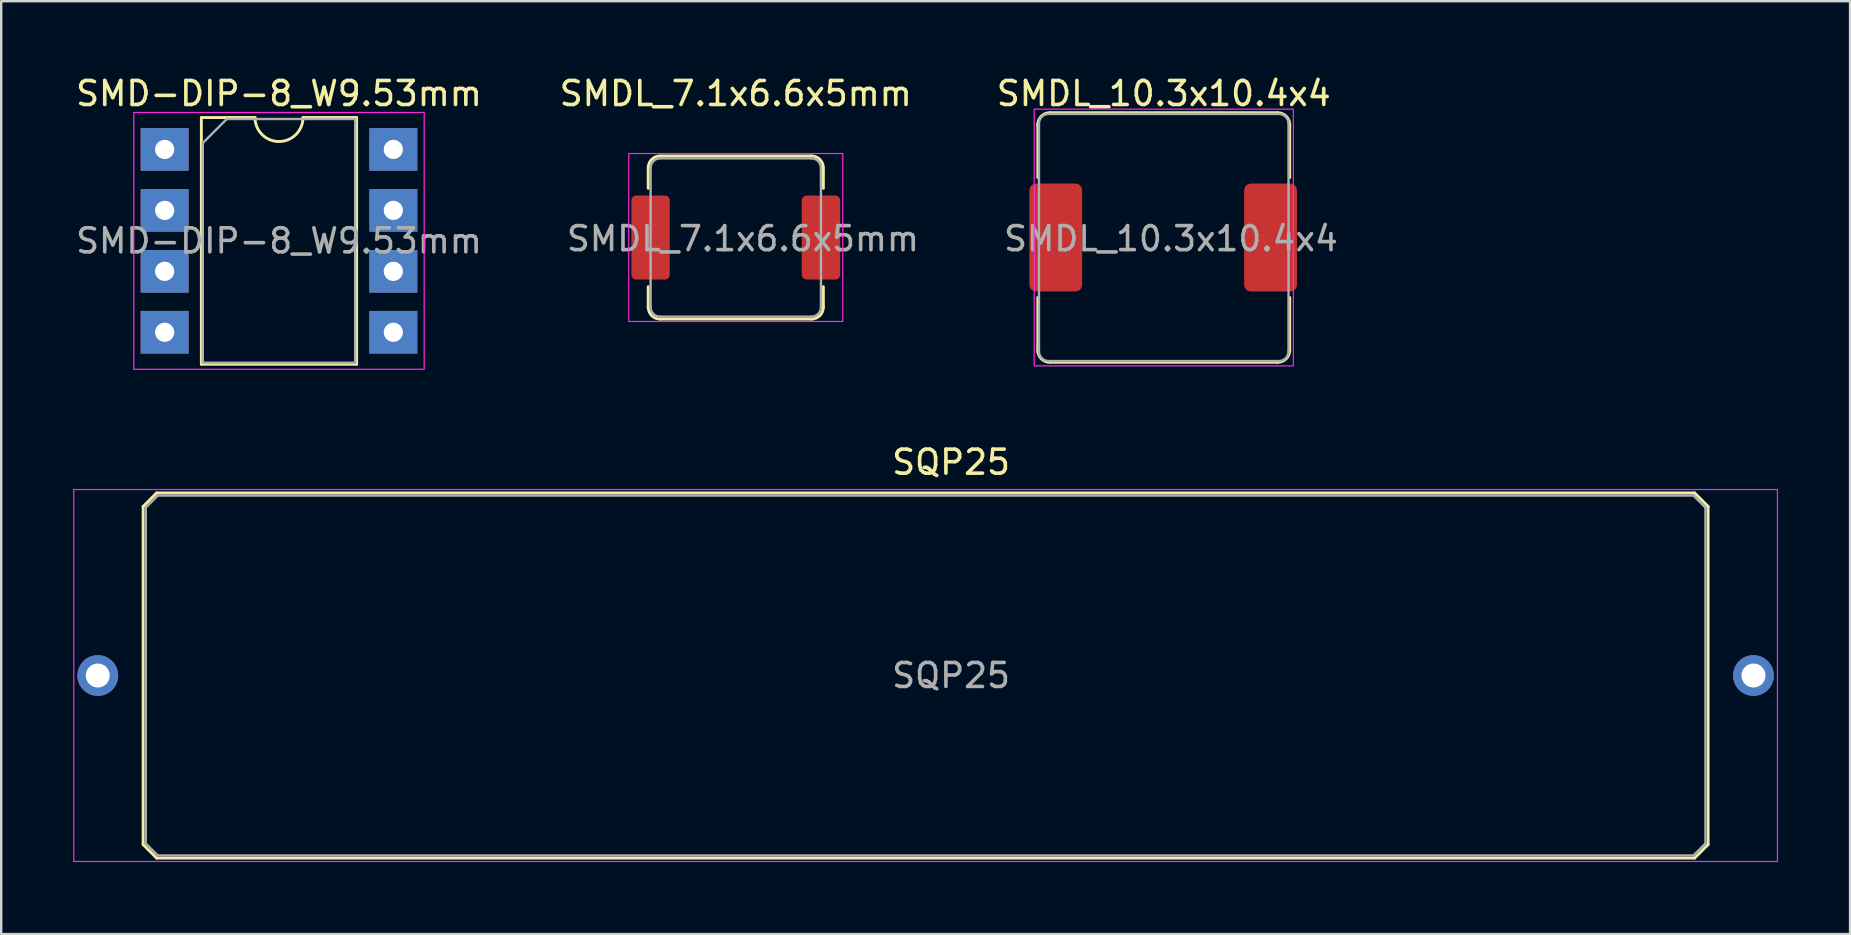
<source format=kicad_pcb>
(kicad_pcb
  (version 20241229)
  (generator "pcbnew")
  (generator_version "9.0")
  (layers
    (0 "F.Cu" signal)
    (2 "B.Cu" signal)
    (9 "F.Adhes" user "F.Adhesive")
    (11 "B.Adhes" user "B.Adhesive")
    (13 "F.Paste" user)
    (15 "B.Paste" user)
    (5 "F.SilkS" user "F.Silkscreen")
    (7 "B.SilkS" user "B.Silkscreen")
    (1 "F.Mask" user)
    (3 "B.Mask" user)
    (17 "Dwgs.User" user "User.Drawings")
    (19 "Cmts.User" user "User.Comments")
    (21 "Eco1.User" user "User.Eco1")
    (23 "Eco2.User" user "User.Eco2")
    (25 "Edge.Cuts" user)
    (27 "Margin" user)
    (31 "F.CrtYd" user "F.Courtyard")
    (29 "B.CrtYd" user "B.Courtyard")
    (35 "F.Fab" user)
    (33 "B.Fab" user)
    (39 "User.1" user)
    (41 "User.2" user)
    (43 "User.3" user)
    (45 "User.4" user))
  (footprint "SQP25"
    (layer "F.Cu")
    (at 1.025 25.102)
    (property "Reference" "SQP25" (at 35.56 -8.89 0) (unlocked yes) (layer "F.SilkS") (effects (font (size 1 1) (thickness 0.15))))
    (attr through_hole)
    (fp_line (start 1.89 -7.046) (end 1.89 7.046) (stroke (width 0.12) (type solid)) (layer "F.SilkS"))
    (fp_line (start 1.89 -7.046) (end 2.454 -7.61) (stroke (width 0.12) (type solid)) (layer "F.SilkS"))
    (fp_line (start 1.89 7.046) (end 2.454 7.61) (stroke (width 0.12) (type solid)) (layer "F.SilkS"))
    (fp_line (start 2.454 -7.61) (end 66.546 -7.61) (stroke (width 0.12) (type solid)) (layer "F.SilkS"))
    (fp_line (start 2.454 7.61) (end 66.546 7.61) (stroke (width 0.12) (type solid)) (layer "F.SilkS"))
    (fp_line (start 66.546 -7.61) (end 67.11 -7.046) (stroke (width 0.12) (type solid)) (layer "F.SilkS"))
    (fp_line (start 66.546 7.61) (end 67.11 7.046) (stroke (width 0.12) (type solid)) (layer "F.SilkS"))
    (fp_line (start 67.11 -7.046) (end 67.11 7.046) (stroke (width 0.12) (type solid)) (layer "F.SilkS"))
    (fp_line (start -1 -7.75) (end -1 7.75) (stroke (width 0.05) (type solid)) (layer "F.CrtYd"))
    (fp_line (start -1 -7.75) (end 70 -7.75) (stroke (width 0.05) (type solid)) (layer "F.CrtYd"))
    (fp_line (start -1 7.75) (end 70 7.75) (stroke (width 0.05) (type solid)) (layer "F.CrtYd"))
    (fp_line (start 70 -7.75) (end 70 7.75) (stroke (width 0.05) (type solid)) (layer "F.CrtYd"))
    (fp_line (start 2 -7) (end 2 7) (stroke (width 0.1) (type solid)) (layer "F.Fab"))
    (fp_line (start 2 -7) (end 2.5 -7.5) (stroke (width 0.1) (type solid)) (layer "F.Fab"))
    (fp_line (start 2 7) (end 2.5 7.5) (stroke (width 0.1) (type solid)) (layer "F.Fab"))
    (fp_line (start 2.5 -7.5) (end 66.5 -7.5) (stroke (width 0.1) (type solid)) (layer "F.Fab"))
    (fp_line (start 2.5 7.5) (end 66.5 7.5) (stroke (width 0.1) (type solid)) (layer "F.Fab"))
    (fp_line (start 66.5 -7.5) (end 67 -7) (stroke (width 0.1) (type solid)) (layer "F.Fab"))
    (fp_line (start 66.5 7.5) (end 67 7) (stroke (width 0.1) (type solid)) (layer "F.Fab"))
    (fp_line (start 67 -7) (end 67 7) (stroke (width 0.1) (type solid)) (layer "F.Fab"))
    (fp_text user "${REFERENCE}" (at 35.56 0 0) (unlocked yes) (layer "F.Fab") (effects (font (size 1 1) (thickness 0.15))))
    (pad "1" thru_hole circle (at 0 0) (size 1.7 1.7) (drill 1) (layers "*.Cu" "*.Mask"))
    (pad "2" thru_hole circle (at 69 0) (size 1.7 1.7) (drill 1) (layers "*.Cu" "*.Mask")))
  (footprint "SMD-DIP-8_W9.53mm"
    (layer "F.Cu")
    (at 8.577 6.988)
    (property "Reference" "SMD-DIP-8_W9.53mm" (at 0 -6.14 0) (layer "F.SilkS") (effects (font (size 1 1) (thickness 0.15))))
    (attr smd)
    (fp_line (start -3.235 -5.14) (end -3.235 5.14) (stroke (width 0.12) (type solid)) (layer "F.SilkS"))
    (fp_line (start -3.235 5.14) (end 3.235 5.14) (stroke (width 0.12) (type solid)) (layer "F.SilkS"))
    (fp_line (start -1 -5.14) (end -3.235 -5.14) (stroke (width 0.12) (type solid)) (layer "F.SilkS"))
    (fp_line (start 3.235 -5.14) (end 1 -5.14) (stroke (width 0.12) (type solid)) (layer "F.SilkS"))
    (fp_line (start 3.235 5.14) (end 3.235 -5.14) (stroke (width 0.12) (type solid)) (layer "F.SilkS"))
    (fp_arc (start 1 -5.14) (mid 0 -4.14) (end -1 -5.14) (stroke (width 0.12) (type solid)) (layer "F.SilkS"))
    (fp_line (start -6.05 -5.35) (end -6.05 5.35) (stroke (width 0.05) (type solid)) (layer "F.CrtYd"))
    (fp_line (start -6.05 5.35) (end 6.05 5.35) (stroke (width 0.05) (type solid)) (layer "F.CrtYd"))
    (fp_line (start 6.05 -5.35) (end -6.05 -5.35) (stroke (width 0.05) (type solid)) (layer "F.CrtYd"))
    (fp_line (start 6.05 5.35) (end 6.05 -5.35) (stroke (width 0.05) (type solid)) (layer "F.CrtYd"))
    (fp_line (start -3.175 -4.08) (end -2.175 -5.08) (stroke (width 0.1) (type solid)) (layer "F.Fab"))
    (fp_line (start -3.175 5.08) (end -3.175 -4.08) (stroke (width 0.1) (type solid)) (layer "F.Fab"))
    (fp_line (start -2.175 -5.08) (end 3.175 -5.08) (stroke (width 0.1) (type solid)) (layer "F.Fab"))
    (fp_line (start 3.175 -5.08) (end 3.175 5.08) (stroke (width 0.1) (type solid)) (layer "F.Fab"))
    (fp_line (start 3.175 5.08) (end -3.175 5.08) (stroke (width 0.1) (type solid)) (layer "F.Fab"))
    (fp_text user "${REFERENCE}" (at 0 0 0) (layer "F.Fab") (effects (font (size 1 1) (thickness 0.15))))
    (pad "1" thru_hole rect (at -4.765 -3.81) (size 2 1.78) (drill 0.8) (layers "*.Cu" "*.Mask"))
    (pad "2" thru_hole rect (at -4.765 -1.27) (size 2 1.78) (drill 0.8) (layers "*.Cu" "*.Mask"))
    (pad "3" thru_hole rect (at -4.765 1.27) (size 2 1.78) (drill 0.8) (layers "*.Cu" "*.Mask"))
    (pad "4" thru_hole rect (at -4.765 3.81) (size 2 1.78) (drill 0.8) (layers "*.Cu" "*.Mask"))
    (pad "5" thru_hole rect (at 4.765 3.81) (size 2 1.78) (drill 0.8) (layers "*.Cu" "*.Mask"))
    (pad "6" thru_hole rect (at 4.765 1.27) (size 2 1.78) (drill 0.8) (layers "*.Cu" "*.Mask"))
    (pad "7" thru_hole rect (at 4.765 -1.27) (size 2 1.78) (drill 0.8) (layers "*.Cu" "*.Mask"))
    (pad "8" thru_hole rect (at 4.765 -3.81) (size 2 1.78) (drill 0.8) (layers "*.Cu" "*.Mask")))
  (footprint "SMDL_10.3x10.4x4"
    (layer "F.Cu")
    (at 45.449 6.848)
    (property "Reference" "SMDL_10.3x10.4x4" (at 0 -6 0) (unlocked yes) (layer "F.SilkS") (effects (font (size 1 1) (thickness 0.15))))
    (attr smd)
    (fp_line (start -5.25 -4.7) (end -5.25 -2.5) (stroke (width 0.12) (type solid)) (layer "F.SilkS"))
    (fp_line (start -5.25 4.7) (end -5.25 2.5) (stroke (width 0.12) (type solid)) (layer "F.SilkS"))
    (fp_line (start -4.75 5.2) (end 4.75 5.2) (stroke (width 0.12) (type solid)) (layer "F.SilkS"))
    (fp_line (start 4.75 -5.2) (end -4.75 -5.2) (stroke (width 0.12) (type solid)) (layer "F.SilkS"))
    (fp_line (start 5.25 -4.7) (end 5.25 -2.5) (stroke (width 0.12) (type solid)) (layer "F.SilkS"))
    (fp_line (start 5.25 4.7) (end 5.25 2.5) (stroke (width 0.12) (type solid)) (layer "F.SilkS"))
    (fp_arc (start -5.25 -4.7) (mid -5.103553 -5.053553) (end -4.75 -5.2) (stroke (width 0.12) (type solid)) (layer "F.SilkS"))
    (fp_arc (start -4.75 5.2) (mid -5.103553 5.053553) (end -5.25 4.7) (stroke (width 0.12) (type solid)) (layer "F.SilkS"))
    (fp_arc (start 4.75 -5.2) (mid 5.103553 -5.053553) (end 5.25 -4.7) (stroke (width 0.12) (type solid)) (layer "F.SilkS"))
    (fp_arc (start 5.25 4.7) (mid 5.103553 5.053553) (end 4.75 5.2) (stroke (width 0.12) (type solid)) (layer "F.SilkS"))
    (fp_rect (start -5.4 -5.35) (end 5.4 5.35) (stroke (width 0.05) (type solid)) (fill no) (layer "F.CrtYd"))
    (fp_line (start -5.2 4.75) (end -5.2 -4.75) (stroke (width 0.1) (type solid)) (layer "F.Fab"))
    (fp_line (start 4.8 -5.15) (end -4.8 -5.15) (stroke (width 0.1) (type solid)) (layer "F.Fab"))
    (fp_line (start 4.85 5.15) (end -4.8 5.15) (stroke (width 0.1) (type solid)) (layer "F.Fab"))
    (fp_line (start 5.2 4.75) (end 5.2 -4.75) (stroke (width 0.1) (type solid)) (layer "F.Fab"))
    (fp_arc (start -5.2 -4.75) (mid -5.082843 -5.032843) (end -4.8 -5.15) (stroke (width 0.1) (type solid)) (layer "F.Fab"))
    (fp_arc (start -4.8 5.15) (mid -5.082843 5.032843) (end -5.2 4.75) (stroke (width 0.1) (type solid)) (layer "F.Fab"))
    (fp_arc (start 4.8 -5.15) (mid 5.082843 -5.032843) (end 5.2 -4.75) (stroke (width 0.1) (type solid)) (layer "F.Fab"))
    (fp_arc (start 5.2 4.75) (mid 5.082843 5.032843) (end 4.8 5.15) (stroke (width 0.1) (type solid)) (layer "F.Fab"))
    (fp_text user "${REFERENCE}" (at 0.3 0.05 0) (unlocked yes) (layer "F.Fab") (effects (font (size 1 1) (thickness 0.15))))
    (pad "1" smd roundrect (at -4.5 0) (size 2.2 4.5) (layers "F.Cu" "F.Mask" "F.Paste") (roundrect_rratio 0.125))
    (pad "2" smd roundrect (at 4.45 0) (size 2.2 4.5) (layers "F.Cu" "F.Mask" "F.Paste") (roundrect_rratio 0.125)))
  (footprint "SMDL_7.1x6.6x5mm"
    (layer "F.Cu")
    (at 27.613 6.848)
    (property "Reference" "SMDL_7.1x6.6x5mm" (at 0 -6 0) (unlocked yes) (layer "F.SilkS") (effects (font (size 1 1) (thickness 0.15))))
    (attr smd)
    (fp_line (start -3.65 -2.9) (end -3.65 -2.05) (stroke (width 0.12) (type solid)) (layer "F.SilkS"))
    (fp_line (start -3.65 2.9) (end -3.65 2.05) (stroke (width 0.12) (type solid)) (layer "F.SilkS"))
    (fp_line (start -3.15 3.4) (end 3.15 3.4) (stroke (width 0.12) (type solid)) (layer "F.SilkS"))
    (fp_line (start 3.15 -3.4) (end -3.15 -3.4) (stroke (width 0.12) (type solid)) (layer "F.SilkS"))
    (fp_line (start 3.65 -2.9) (end 3.65 -2.05) (stroke (width 0.12) (type solid)) (layer "F.SilkS"))
    (fp_line (start 3.65 2.9) (end 3.65 2.05) (stroke (width 0.12) (type solid)) (layer "F.SilkS"))
    (fp_arc (start -3.65 -2.9) (mid -3.503553 -3.253553) (end -3.15 -3.4) (stroke (width 0.12) (type solid)) (layer "F.SilkS"))
    (fp_arc (start -3.15 3.4) (mid -3.503553 3.253553) (end -3.65 2.9) (stroke (width 0.12) (type solid)) (layer "F.SilkS"))
    (fp_arc (start 3.15 -3.4) (mid 3.503553 -3.253553) (end 3.65 -2.9) (stroke (width 0.12) (type solid)) (layer "F.SilkS"))
    (fp_arc (start 3.65 2.9) (mid 3.503553 3.253553) (end 3.15 3.4) (stroke (width 0.12) (type solid)) (layer "F.SilkS"))
    (fp_rect (start -4.46 -3.5) (end 4.46 3.5) (stroke (width 0.05) (type solid)) (fill no) (layer "F.CrtYd"))
    (fp_line (start -3.55 2.9) (end -3.55 -2.9) (stroke (width 0.1) (type solid)) (layer "F.Fab"))
    (fp_line (start -3.15 -3.3) (end 3.15 -3.3) (stroke (width 0.1) (type solid)) (layer "F.Fab"))
    (fp_line (start -3.15 3.3) (end 3.15 3.3) (stroke (width 0.1) (type solid)) (layer "F.Fab"))
    (fp_line (start 3.55 2.9) (end 3.55 -2.9) (stroke (width 0.1) (type solid)) (layer "F.Fab"))
    (fp_arc (start -3.55 -2.9) (mid -3.432843 -3.182843) (end -3.15 -3.3) (stroke (width 0.1) (type solid)) (layer "F.Fab"))
    (fp_arc (start -3.15 3.3) (mid -3.432843 3.182843) (end -3.55 2.9) (stroke (width 0.1) (type solid)) (layer "F.Fab"))
    (fp_arc (start 3.15 -3.3) (mid 3.432843 -3.182843) (end 3.55 -2.9) (stroke (width 0.1) (type solid)) (layer "F.Fab"))
    (fp_arc (start 3.55 2.9) (mid 3.432843 3.182843) (end 3.15 3.3) (stroke (width 0.1) (type solid)) (layer "F.Fab"))
    (fp_text user "${REFERENCE}" (at 0.3 0.05 0) (unlocked yes) (layer "F.Fab") (effects (font (size 1 1) (thickness 0.15))))
    (pad "1" smd roundrect (at -3.55 0) (size 1.6 3.5) (layers "F.Cu" "F.Mask" "F.Paste") (roundrect_rratio 0.125))
    (pad "2" smd roundrect (at 3.55 0) (size 1.6 3.5) (layers "F.Cu" "F.Mask" "F.Paste") (roundrect_rratio 0.125)))
  (gr_rect
    (start -3 -3)
    (end 74.05 35.877)
    (stroke (width 0.1) (type default))
    (fill no)
    (layer "Edge.Cuts")))
</source>
